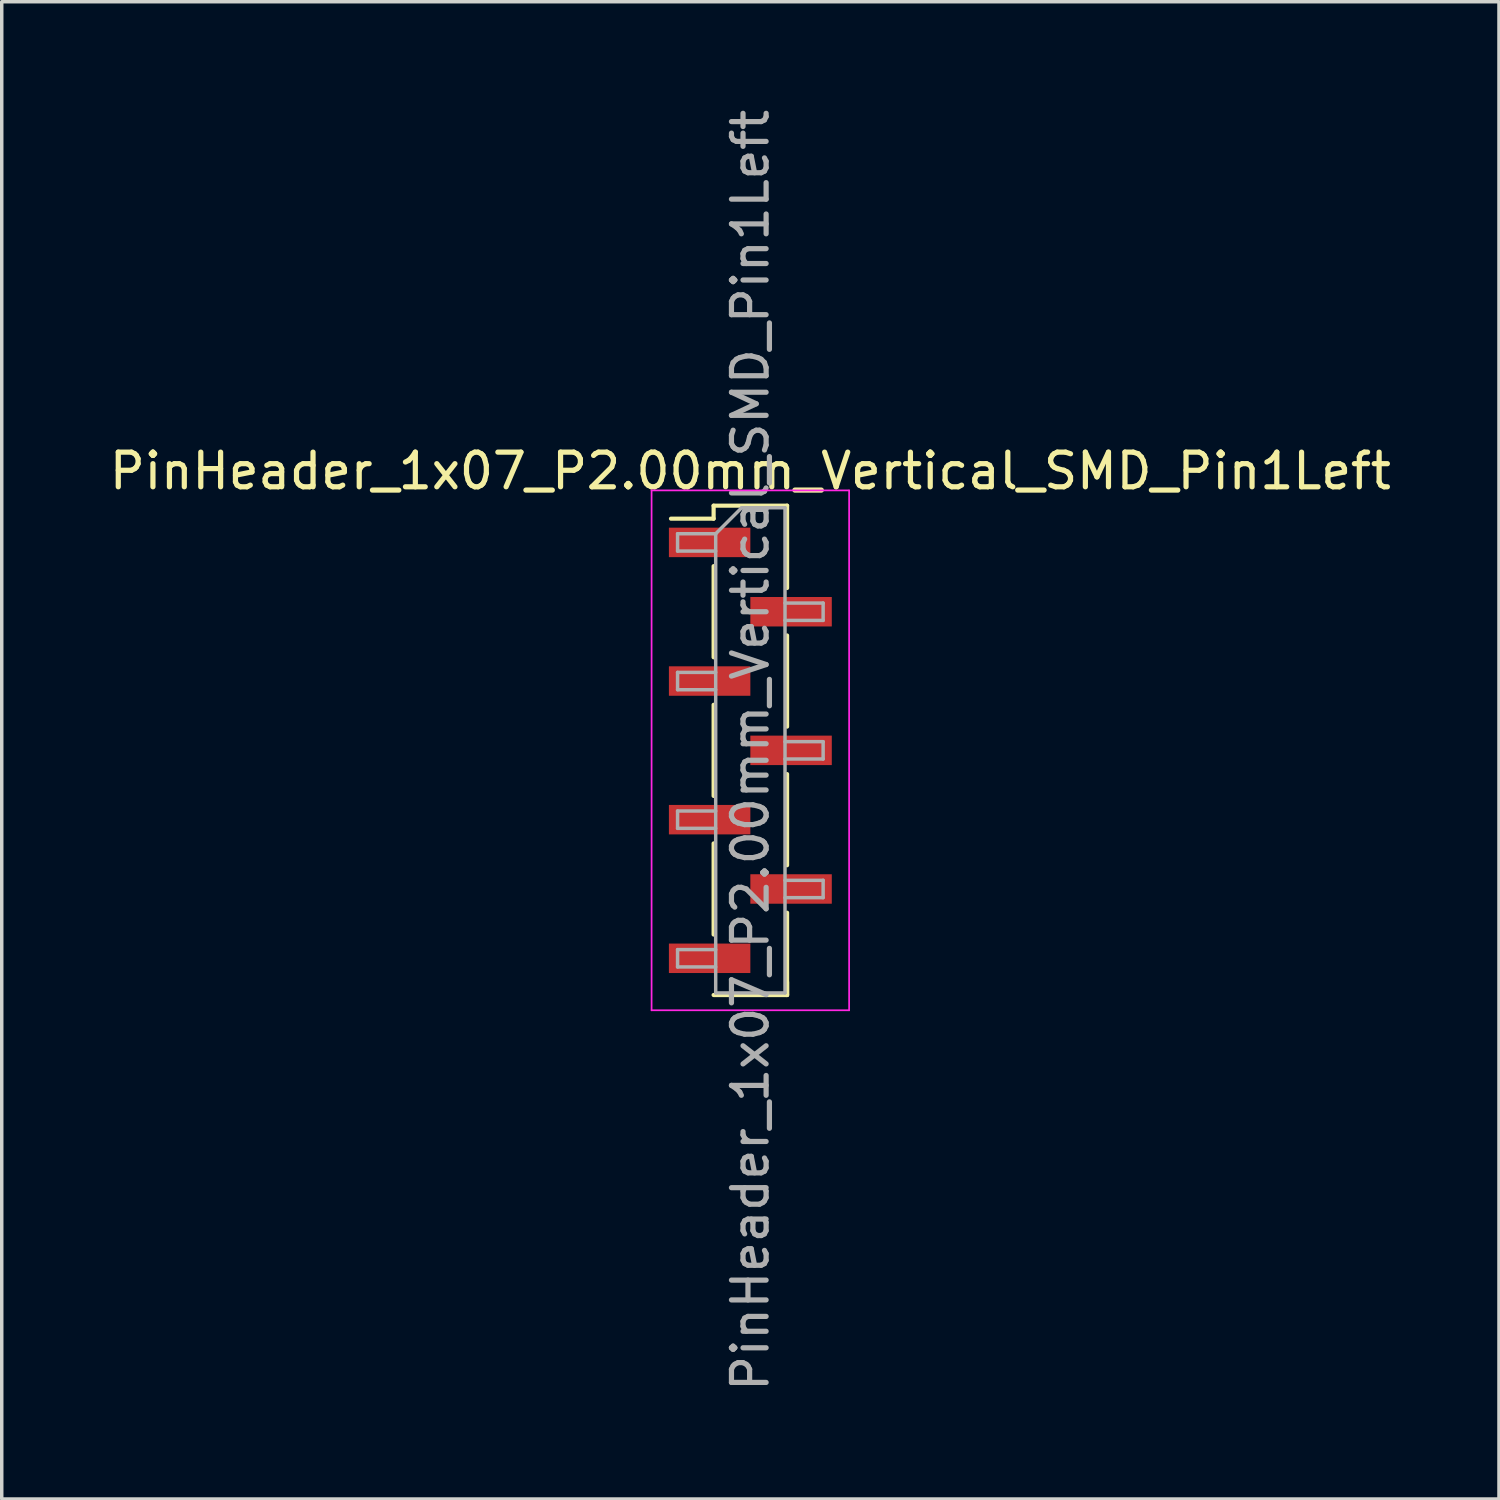
<source format=kicad_pcb>
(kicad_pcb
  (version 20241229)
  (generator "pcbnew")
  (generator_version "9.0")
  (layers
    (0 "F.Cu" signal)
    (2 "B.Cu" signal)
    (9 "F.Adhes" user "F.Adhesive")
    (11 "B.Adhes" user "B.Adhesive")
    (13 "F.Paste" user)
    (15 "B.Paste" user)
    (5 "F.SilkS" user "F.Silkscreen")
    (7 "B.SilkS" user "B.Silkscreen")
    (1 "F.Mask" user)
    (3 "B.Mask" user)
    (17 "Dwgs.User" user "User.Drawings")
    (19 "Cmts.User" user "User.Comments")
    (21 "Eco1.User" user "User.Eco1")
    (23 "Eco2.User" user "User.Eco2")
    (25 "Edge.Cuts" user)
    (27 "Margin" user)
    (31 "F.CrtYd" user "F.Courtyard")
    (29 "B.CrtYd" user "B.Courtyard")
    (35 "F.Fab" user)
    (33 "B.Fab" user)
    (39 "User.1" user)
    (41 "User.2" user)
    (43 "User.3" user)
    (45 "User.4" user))
  (footprint "PinHeader_1x07_P2.00mm_Vertical_SMD_Pin1Left"
    (layer "F.Cu")
    (at 18.601 18.601)
    (property "Reference" "PinHeader_1x07_P2.00mm_Vertical_SMD_Pin1Left" (at 0 -8.06 0) (layer "F.SilkS") (effects (font (size 1 1) (thickness 0.15))))
    (attr smd)
    (fp_line (start -1.06 -7.06) (end -1.06 -6.685) (stroke (width 0.12) (type solid)) (layer "F.SilkS"))
    (fp_line (start -1.06 -7.06) (end 1.06 -7.06) (stroke (width 0.12) (type solid)) (layer "F.SilkS"))
    (fp_line (start -1.06 -6.685) (end -2.29 -6.685) (stroke (width 0.12) (type solid)) (layer "F.SilkS"))
    (fp_line (start -1.06 -5.315) (end -1.06 -2.685) (stroke (width 0.12) (type solid)) (layer "F.SilkS"))
    (fp_line (start -1.06 -1.315) (end -1.06 1.315) (stroke (width 0.12) (type solid)) (layer "F.SilkS"))
    (fp_line (start -1.06 2.685) (end -1.06 5.315) (stroke (width 0.12) (type solid)) (layer "F.SilkS"))
    (fp_line (start -1.06 7.06) (end 1.06 7.06) (stroke (width 0.12) (type solid)) (layer "F.SilkS"))
    (fp_line (start 1.06 -7.06) (end 1.06 -4.685) (stroke (width 0.12) (type solid)) (layer "F.SilkS"))
    (fp_line (start 1.06 -3.315) (end 1.06 -0.685) (stroke (width 0.12) (type solid)) (layer "F.SilkS"))
    (fp_line (start 1.06 0.685) (end 1.06 3.315) (stroke (width 0.12) (type solid)) (layer "F.SilkS"))
    (fp_line (start 1.06 4.685) (end 1.06 7.06) (stroke (width 0.12) (type solid)) (layer "F.SilkS"))
    (fp_line (start 1.06 6.685) (end 1.06 7.06) (stroke (width 0.12) (type solid)) (layer "F.SilkS"))
    (fp_line (start -2.85 -7.5) (end -2.85 7.5) (stroke (width 0.05) (type solid)) (layer "F.CrtYd"))
    (fp_line (start -2.85 7.5) (end 2.85 7.5) (stroke (width 0.05) (type solid)) (layer "F.CrtYd"))
    (fp_line (start 2.85 -7.5) (end -2.85 -7.5) (stroke (width 0.05) (type solid)) (layer "F.CrtYd"))
    (fp_line (start 2.85 7.5) (end 2.85 -7.5) (stroke (width 0.05) (type solid)) (layer "F.CrtYd"))
    (fp_line (start -2.1 -6.25) (end -2.1 -5.75) (stroke (width 0.1) (type solid)) (layer "F.Fab"))
    (fp_line (start -2.1 -5.75) (end -1 -5.75) (stroke (width 0.1) (type solid)) (layer "F.Fab"))
    (fp_line (start -2.1 -2.25) (end -2.1 -1.75) (stroke (width 0.1) (type solid)) (layer "F.Fab"))
    (fp_line (start -2.1 -1.75) (end -1 -1.75) (stroke (width 0.1) (type solid)) (layer "F.Fab"))
    (fp_line (start -2.1 1.75) (end -2.1 2.25) (stroke (width 0.1) (type solid)) (layer "F.Fab"))
    (fp_line (start -2.1 2.25) (end -1 2.25) (stroke (width 0.1) (type solid)) (layer "F.Fab"))
    (fp_line (start -2.1 5.75) (end -2.1 6.25) (stroke (width 0.1) (type solid)) (layer "F.Fab"))
    (fp_line (start -2.1 6.25) (end -1 6.25) (stroke (width 0.1) (type solid)) (layer "F.Fab"))
    (fp_line (start -1 -6.25) (end -2.1 -6.25) (stroke (width 0.1) (type solid)) (layer "F.Fab"))
    (fp_line (start -1 -6.25) (end -0.25 -7) (stroke (width 0.1) (type solid)) (layer "F.Fab"))
    (fp_line (start -1 -2.25) (end -2.1 -2.25) (stroke (width 0.1) (type solid)) (layer "F.Fab"))
    (fp_line (start -1 1.75) (end -2.1 1.75) (stroke (width 0.1) (type solid)) (layer "F.Fab"))
    (fp_line (start -1 5.75) (end -2.1 5.75) (stroke (width 0.1) (type solid)) (layer "F.Fab"))
    (fp_line (start -1 7) (end -1 -6.25) (stroke (width 0.1) (type solid)) (layer "F.Fab"))
    (fp_line (start -0.25 -7) (end 1 -7) (stroke (width 0.1) (type solid)) (layer "F.Fab"))
    (fp_line (start 1 -7) (end 1 7) (stroke (width 0.1) (type solid)) (layer "F.Fab"))
    (fp_line (start 1 -4.25) (end 2.1 -4.25) (stroke (width 0.1) (type solid)) (layer "F.Fab"))
    (fp_line (start 1 -0.25) (end 2.1 -0.25) (stroke (width 0.1) (type solid)) (layer "F.Fab"))
    (fp_line (start 1 3.75) (end 2.1 3.75) (stroke (width 0.1) (type solid)) (layer "F.Fab"))
    (fp_line (start 1 7) (end -1 7) (stroke (width 0.1) (type solid)) (layer "F.Fab"))
    (fp_line (start 2.1 -4.25) (end 2.1 -3.75) (stroke (width 0.1) (type solid)) (layer "F.Fab"))
    (fp_line (start 2.1 -3.75) (end 1 -3.75) (stroke (width 0.1) (type solid)) (layer "F.Fab"))
    (fp_line (start 2.1 -0.25) (end 2.1 0.25) (stroke (width 0.1) (type solid)) (layer "F.Fab"))
    (fp_line (start 2.1 0.25) (end 1 0.25) (stroke (width 0.1) (type solid)) (layer "F.Fab"))
    (fp_line (start 2.1 3.75) (end 2.1 4.25) (stroke (width 0.1) (type solid)) (layer "F.Fab"))
    (fp_line (start 2.1 4.25) (end 1 4.25) (stroke (width 0.1) (type solid)) (layer "F.Fab"))
    (fp_text user "${REFERENCE}" (at 0 0 90) (layer "F.Fab") (effects (font (size 1 1) (thickness 0.15))))
    (pad "1" smd rect (at -1.175 -6) (size 2.35 0.85) (layers "F.Cu" "F.Mask" "F.Paste"))
    (pad "2" smd rect (at 1.175 -4) (size 2.35 0.85) (layers "F.Cu" "F.Mask" "F.Paste"))
    (pad "3" smd rect (at -1.175 -2) (size 2.35 0.85) (layers "F.Cu" "F.Mask" "F.Paste"))
    (pad "4" smd rect (at 1.175 0) (size 2.35 0.85) (layers "F.Cu" "F.Mask" "F.Paste"))
    (pad "5" smd rect (at -1.175 2) (size 2.35 0.85) (layers "F.Cu" "F.Mask" "F.Paste"))
    (pad "6" smd rect (at 1.175 4) (size 2.35 0.85) (layers "F.Cu" "F.Mask" "F.Paste"))
    (pad "7" smd rect (at -1.175 6) (size 2.35 0.85) (layers "F.Cu" "F.Mask" "F.Paste")))
  (gr_rect
    (start -3 -3)
    (end 40.202 40.202)
    (stroke (width 0.1) (type default))
    (fill no)
    (layer "Edge.Cuts")))
</source>
